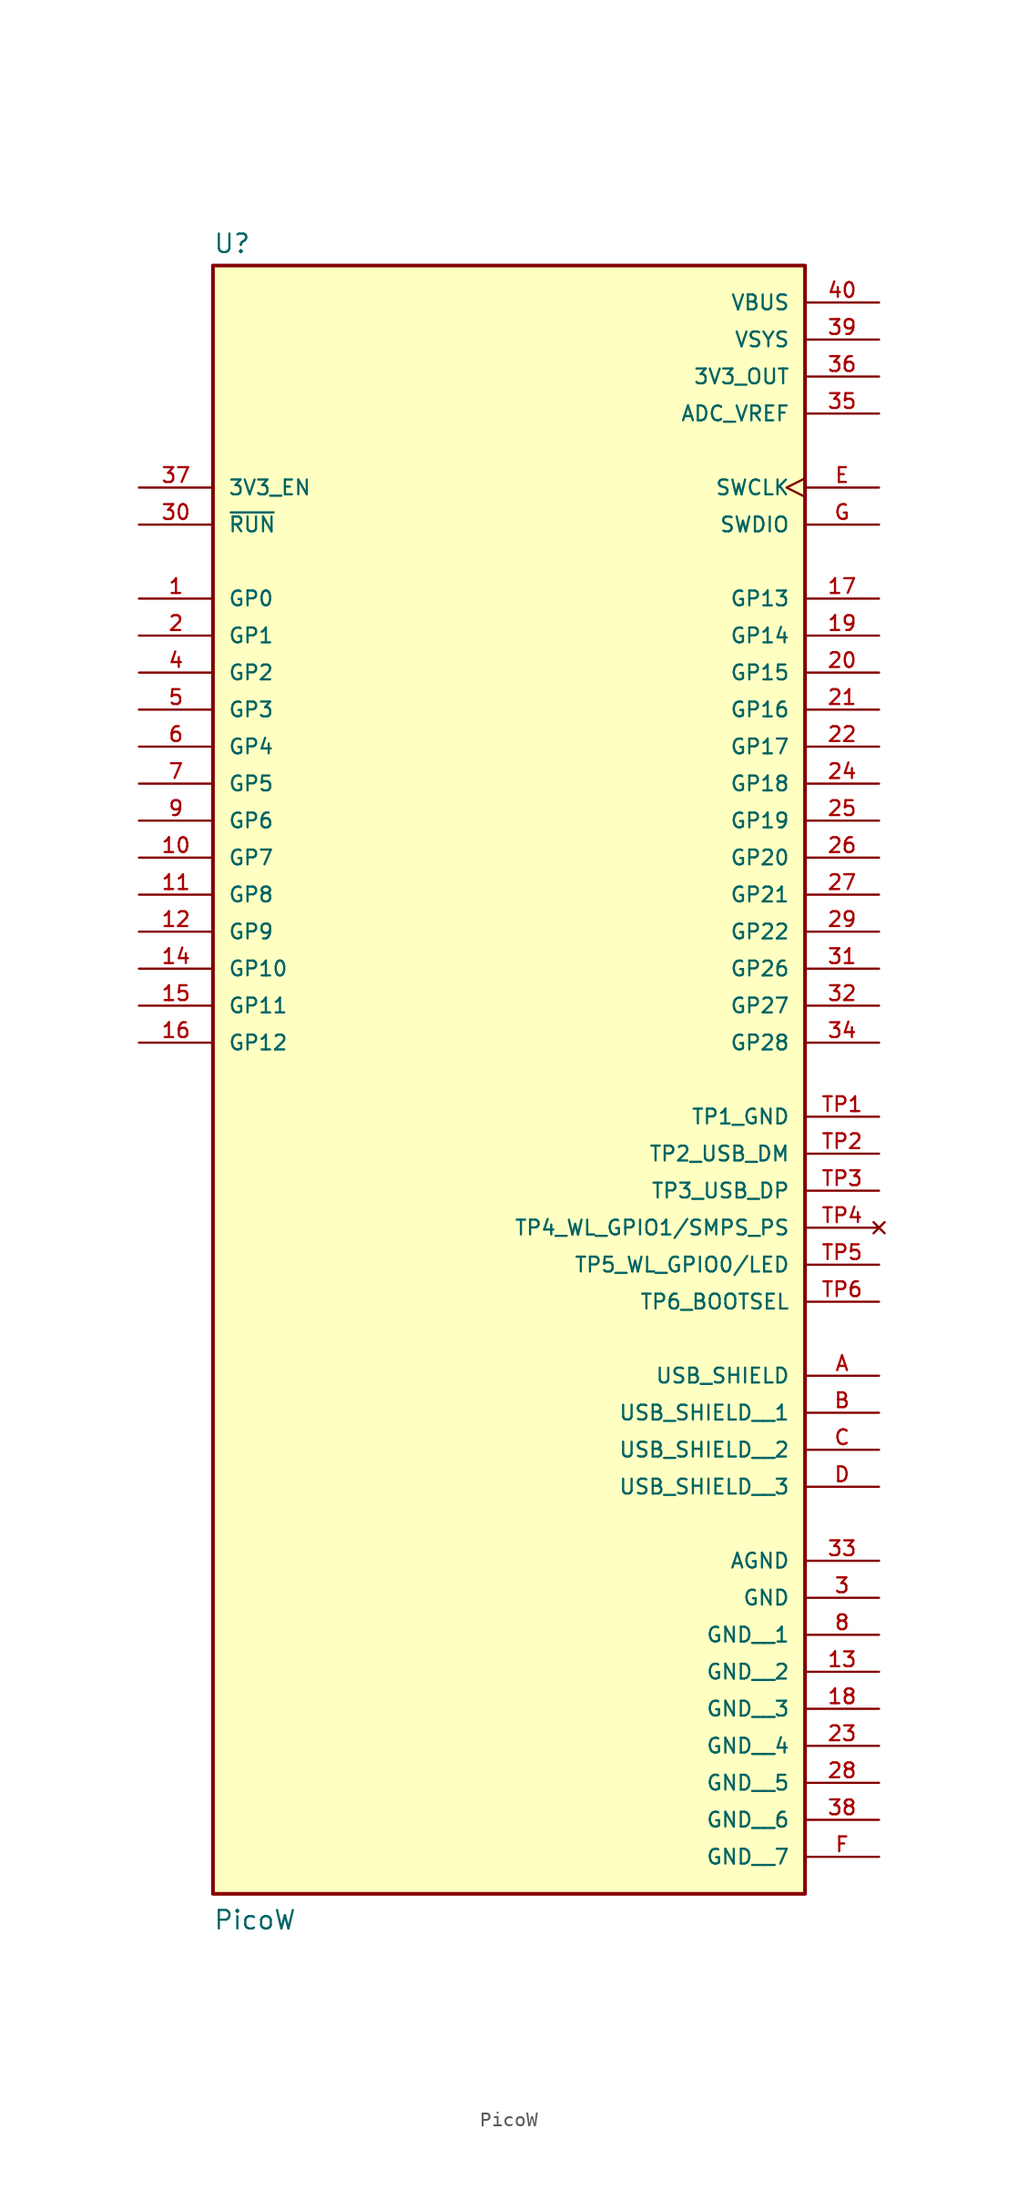
<source format=kicad_sym>
(kicad_symbol_lib
  (version 20231120)
  (generator "kicad_symbol_editor")
  (generator_version "8.0")
  (symbol "PicoW"
    (pin_names
      (offset 1.016))
    (property "Reference" "U"
      (at -20.32 43.942 0)
      (effects (font (size 1.27 1.27)) (justify left bottom)))
    (property "Value" "PicoW"
      (at -20.32 -71.12 0)
      (effects (font (size 1.27 1.27)) (justify left bottom)))
    (symbol "PicoW_0_0"
      (rectangle (start -20.32 43.18) (end 20.32 -68.58) (stroke (width 0.254) (type default)) (fill (type background)))
      (pin bidirectional line (at -25.4 20.32 0) (length 5.08) (name "GP0" (effects (font (size 1.016 1.016)))) (number "1" (effects (font (size 1.016 1.016)))))
      (pin bidirectional line (at -25.4 2.54 0) (length 5.08) (name "GP7" (effects (font (size 1.016 1.016)))) (number "10" (effects (font (size 1.016 1.016)))))
      (pin bidirectional line (at -25.4 0 0) (length 5.08) (name "GP8" (effects (font (size 1.016 1.016)))) (number "11" (effects (font (size 1.016 1.016)))))
      (pin bidirectional line (at -25.4 -2.54 0) (length 5.08) (name "GP9" (effects (font (size 1.016 1.016)))) (number "12" (effects (font (size 1.016 1.016)))))
      (pin power_in line (at 25.4 -53.34 180) (length 5.08) (name "GND__2" (effects (font (size 1.016 1.016)))) (number "13" (effects (font (size 1.016 1.016)))))
      (pin bidirectional line (at -25.4 -5.08 0) (length 5.08) (name "GP10" (effects (font (size 1.016 1.016)))) (number "14" (effects (font (size 1.016 1.016)))))
      (pin bidirectional line (at -25.4 -7.62 0) (length 5.08) (name "GP11" (effects (font (size 1.016 1.016)))) (number "15" (effects (font (size 1.016 1.016)))))
      (pin bidirectional line (at -25.4 -10.16 0) (length 5.08) (name "GP12" (effects (font (size 1.016 1.016)))) (number "16" (effects (font (size 1.016 1.016)))))
      (pin bidirectional line (at 25.4 20.32 180) (length 5.08) (name "GP13" (effects (font (size 1.016 1.016)))) (number "17" (effects (font (size 1.016 1.016)))))
      (pin power_in line (at 25.4 -55.88 180) (length 5.08) (name "GND__3" (effects (font (size 1.016 1.016)))) (number "18" (effects (font (size 1.016 1.016)))))
      (pin bidirectional line (at 25.4 17.78 180) (length 5.08) (name "GP14" (effects (font (size 1.016 1.016)))) (number "19" (effects (font (size 1.016 1.016)))))
      (pin bidirectional line (at -25.4 17.78 0) (length 5.08) (name "GP1" (effects (font (size 1.016 1.016)))) (number "2" (effects (font (size 1.016 1.016)))))
      (pin bidirectional line (at 25.4 15.24 180) (length 5.08) (name "GP15" (effects (font (size 1.016 1.016)))) (number "20" (effects (font (size 1.016 1.016)))))
      (pin bidirectional line (at 25.4 12.7 180) (length 5.08) (name "GP16" (effects (font (size 1.016 1.016)))) (number "21" (effects (font (size 1.016 1.016)))))
      (pin bidirectional line (at 25.4 10.16 180) (length 5.08) (name "GP17" (effects (font (size 1.016 1.016)))) (number "22" (effects (font (size 1.016 1.016)))))
      (pin power_in line (at 25.4 -58.42 180) (length 5.08) (name "GND__4" (effects (font (size 1.016 1.016)))) (number "23" (effects (font (size 1.016 1.016)))))
      (pin bidirectional line (at 25.4 7.62 180) (length 5.08) (name "GP18" (effects (font (size 1.016 1.016)))) (number "24" (effects (font (size 1.016 1.016)))))
      (pin bidirectional line (at 25.4 5.08 180) (length 5.08) (name "GP19" (effects (font (size 1.016 1.016)))) (number "25" (effects (font (size 1.016 1.016)))))
      (pin bidirectional line (at 25.4 2.54 180) (length 5.08) (name "GP20" (effects (font (size 1.016 1.016)))) (number "26" (effects (font (size 1.016 1.016)))))
      (pin bidirectional line (at 25.4 0 180) (length 5.08) (name "GP21" (effects (font (size 1.016 1.016)))) (number "27" (effects (font (size 1.016 1.016)))))
      (pin power_in line (at 25.4 -60.96 180) (length 5.08) (name "GND__5" (effects (font (size 1.016 1.016)))) (number "28" (effects (font (size 1.016 1.016)))))
      (pin bidirectional line (at 25.4 -2.54 180) (length 5.08) (name "GP22" (effects (font (size 1.016 1.016)))) (number "29" (effects (font (size 1.016 1.016)))))
      (pin power_in line (at 25.4 -48.26 180) (length 5.08) (name "GND" (effects (font (size 1.016 1.016)))) (number "3" (effects (font (size 1.016 1.016)))))
      (pin input line (at -25.4 25.4 0) (length 5.08) (name "~{RUN}" (effects (font (size 1.016 1.016)))) (number "30" (effects (font (size 1.016 1.016)))))
      (pin bidirectional line (at 25.4 -5.08 180) (length 5.08) (name "GP26" (effects (font (size 1.016 1.016)))) (number "31" (effects (font (size 1.016 1.016)))))
      (pin bidirectional line (at 25.4 -7.62 180) (length 5.08) (name "GP27" (effects (font (size 1.016 1.016)))) (number "32" (effects (font (size 1.016 1.016)))))
      (pin power_in line (at 25.4 -45.72 180) (length 5.08) (name "AGND" (effects (font (size 1.016 1.016)))) (number "33" (effects (font (size 1.016 1.016)))))
      (pin bidirectional line (at 25.4 -10.16 180) (length 5.08) (name "GP28" (effects (font (size 1.016 1.016)))) (number "34" (effects (font (size 1.016 1.016)))))
      (pin power_in line (at 25.4 33.02 180) (length 5.08) (name "ADC_VREF" (effects (font (size 1.016 1.016)))) (number "35" (effects (font (size 1.016 1.016)))))
      (pin power_in line (at 25.4 35.56 180) (length 5.08) (name "3V3_OUT" (effects (font (size 1.016 1.016)))) (number "36" (effects (font (size 1.016 1.016)))))
      (pin input line (at -25.4 27.94 0) (length 5.08) (name "3V3_EN" (effects (font (size 1.016 1.016)))) (number "37" (effects (font (size 1.016 1.016)))))
      (pin power_in line (at 25.4 -63.5 180) (length 5.08) (name "GND__6" (effects (font (size 1.016 1.016)))) (number "38" (effects (font (size 1.016 1.016)))))
      (pin power_in line (at 25.4 38.1 180) (length 5.08) (name "VSYS" (effects (font (size 1.016 1.016)))) (number "39" (effects (font (size 1.016 1.016)))))
      (pin bidirectional line (at -25.4 15.24 0) (length 5.08) (name "GP2" (effects (font (size 1.016 1.016)))) (number "4" (effects (font (size 1.016 1.016)))))
      (pin power_in line (at 25.4 40.64 180) (length 5.08) (name "VBUS" (effects (font (size 1.016 1.016)))) (number "40" (effects (font (size 1.016 1.016)))))
      (pin bidirectional line (at -25.4 12.7 0) (length 5.08) (name "GP3" (effects (font (size 1.016 1.016)))) (number "5" (effects (font (size 1.016 1.016)))))
      (pin bidirectional line (at -25.4 10.16 0) (length 5.08) (name "GP4" (effects (font (size 1.016 1.016)))) (number "6" (effects (font (size 1.016 1.016)))))
      (pin bidirectional line (at -25.4 7.62 0) (length 5.08) (name "GP5" (effects (font (size 1.016 1.016)))) (number "7" (effects (font (size 1.016 1.016)))))
      (pin power_in line (at 25.4 -50.8 180) (length 5.08) (name "GND__1" (effects (font (size 1.016 1.016)))) (number "8" (effects (font (size 1.016 1.016)))))
      (pin bidirectional line (at -25.4 5.08 0) (length 5.08) (name "GP6" (effects (font (size 1.016 1.016)))) (number "9" (effects (font (size 1.016 1.016)))))
      (pin power_in line (at 25.4 -33.02 180) (length 5.08) (name "USB_SHIELD" (effects (font (size 1.016 1.016)))) (number "A" (effects (font (size 1.016 1.016)))))
      (pin power_in line (at 25.4 -35.56 180) (length 5.08) (name "USB_SHIELD__1" (effects (font (size 1.016 1.016)))) (number "B" (effects (font (size 1.016 1.016)))))
      (pin power_in line (at 25.4 -38.1 180) (length 5.08) (name "USB_SHIELD__2" (effects (font (size 1.016 1.016)))) (number "C" (effects (font (size 1.016 1.016)))))
      (pin power_in line (at 25.4 -40.64 180) (length 5.08) (name "USB_SHIELD__3" (effects (font (size 1.016 1.016)))) (number "D" (effects (font (size 1.016 1.016)))))
      (pin input clock (at 25.4 27.94 180) (length 5.08) (name "SWCLK" (effects (font (size 1.016 1.016)))) (number "E" (effects (font (size 1.016 1.016)))))
      (pin power_in line (at 25.4 -66.04 180) (length 5.08) (name "GND__7" (effects (font (size 1.016 1.016)))) (number "F" (effects (font (size 1.016 1.016)))))
      (pin bidirectional line (at 25.4 25.4 180) (length 5.08) (name "SWDIO" (effects (font (size 1.016 1.016)))) (number "G" (effects (font (size 1.016 1.016)))))
      (pin power_in line (at 25.4 -15.24 180) (length 5.08) (name "TP1_GND" (effects (font (size 1.016 1.016)))) (number "TP1" (effects (font (size 1.016 1.016)))))
      (pin bidirectional line (at 25.4 -17.78 180) (length 5.08) (name "TP2_USB_DM" (effects (font (size 1.016 1.016)))) (number "TP2" (effects (font (size 1.016 1.016)))))
      (pin bidirectional line (at 25.4 -20.32 180) (length 5.08) (name "TP3_USB_DP" (effects (font (size 1.016 1.016)))) (number "TP3" (effects (font (size 1.016 1.016)))))
      (pin no_connect line (at 25.4 -22.86 180) (length 5.08) (name "TP4_WL_GPIO1/SMPS_PS" (effects (font (size 1.016 1.016)))) (number "TP4" (effects (font (size 1.016 1.016)))))
      (pin output line (at 25.4 -25.4 180) (length 5.08) (name "TP5_WL_GPIO0/LED" (effects (font (size 1.016 1.016)))) (number "TP5" (effects (font (size 1.016 1.016)))))
      (pin input line (at 25.4 -27.94 180) (length 5.08) (name "TP6_BOOTSEL" (effects (font (size 1.016 1.016)))) (number "TP6" (effects (font (size 1.016 1.016))))))))
</source>
